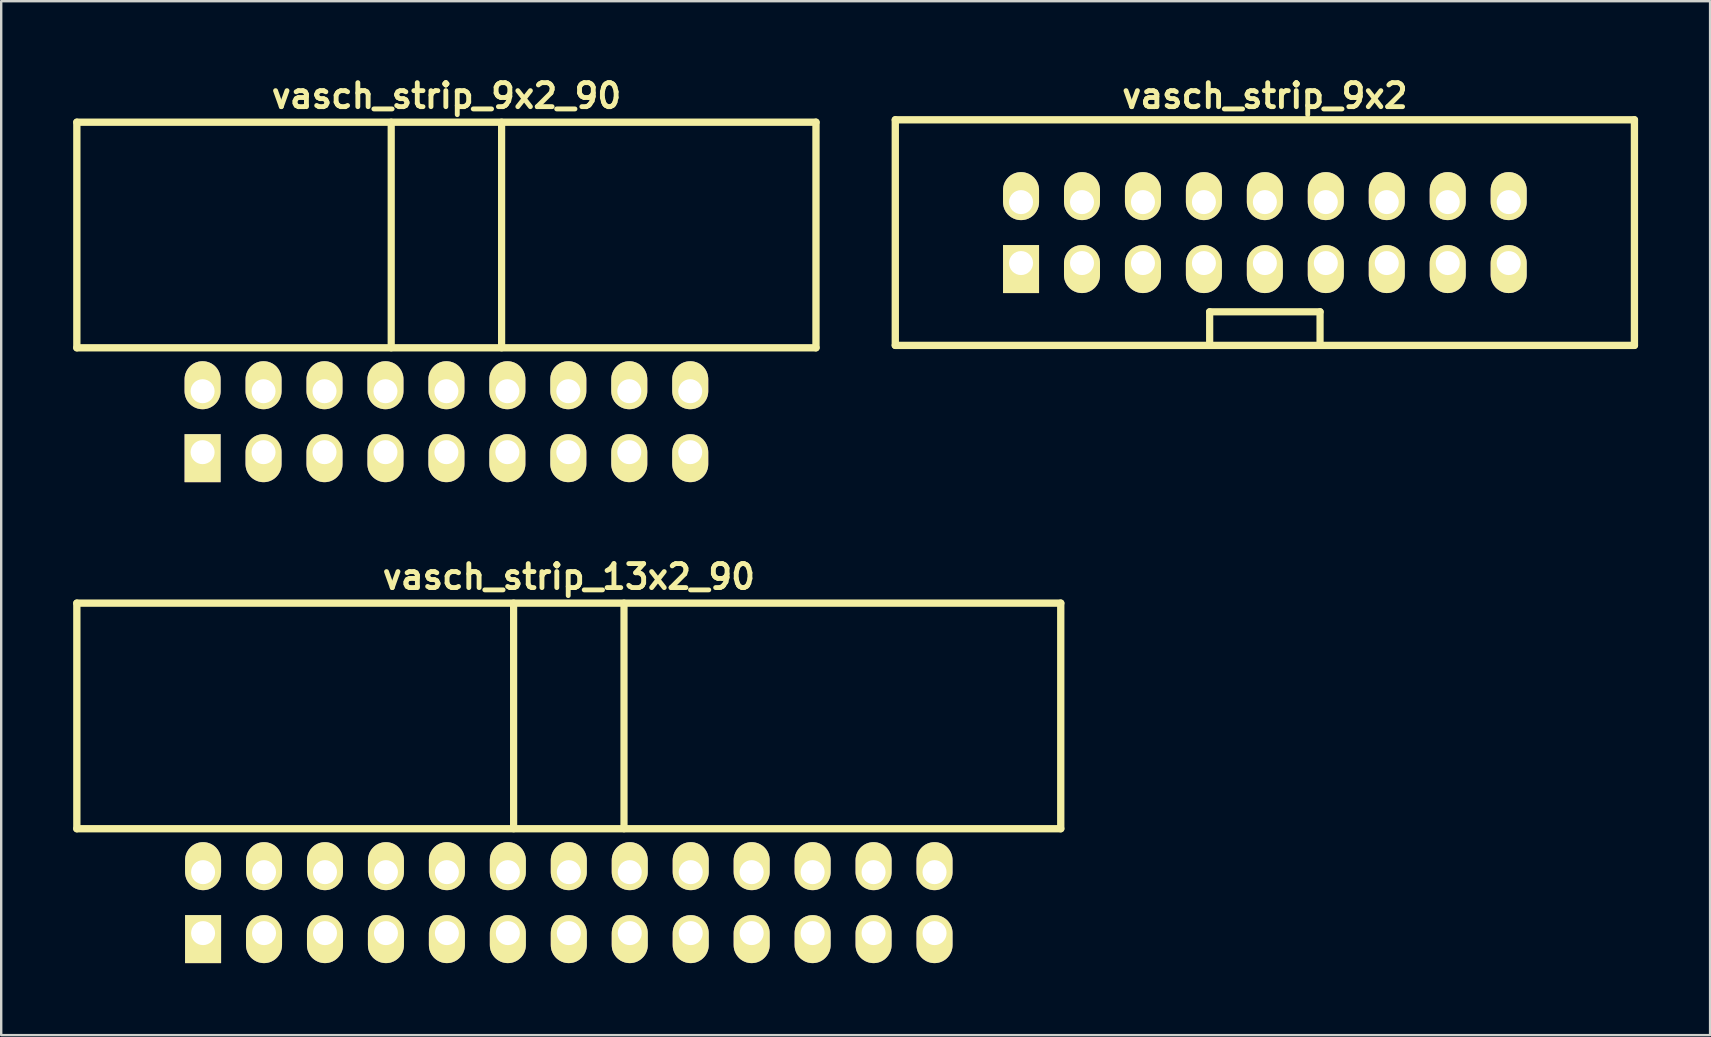
<source format=kicad_pcb>
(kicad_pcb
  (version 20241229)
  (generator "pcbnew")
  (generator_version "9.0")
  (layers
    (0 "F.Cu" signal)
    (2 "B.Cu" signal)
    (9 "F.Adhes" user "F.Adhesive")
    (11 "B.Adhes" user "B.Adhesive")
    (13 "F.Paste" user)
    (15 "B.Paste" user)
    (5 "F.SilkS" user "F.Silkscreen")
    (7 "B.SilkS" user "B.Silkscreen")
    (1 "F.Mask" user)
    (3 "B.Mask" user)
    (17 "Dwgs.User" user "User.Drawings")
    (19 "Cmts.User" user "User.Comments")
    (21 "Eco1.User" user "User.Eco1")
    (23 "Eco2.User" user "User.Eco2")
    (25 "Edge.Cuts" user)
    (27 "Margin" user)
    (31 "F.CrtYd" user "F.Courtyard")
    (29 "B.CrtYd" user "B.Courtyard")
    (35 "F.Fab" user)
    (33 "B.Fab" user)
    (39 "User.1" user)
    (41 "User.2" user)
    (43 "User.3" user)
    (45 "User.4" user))
  (footprint "vasch_strip_9x2"
    (layer "F.Cu")
    (at 49.657 6.642)
    (property "Reference" "vasch_strip_9x2" (at 0 -5.7 0) (layer "F.SilkS") (effects (font (size 1 1) (thickness 0.203))))
    (attr through_hole)
    (fp_line (start -15.4 -4.7) (end -15.4 4.7) (stroke (width 0.305) (type solid)) (layer "F.SilkS"))
    (fp_line (start -15.4 4.7) (end 15.4 4.7) (stroke (width 0.305) (type solid)) (layer "F.SilkS"))
    (fp_line (start -2.3 3.3) (end -2.3 4.7) (stroke (width 0.3) (type solid)) (layer "F.SilkS"))
    (fp_line (start 2.3 3.3) (end -2.3 3.3) (stroke (width 0.3) (type solid)) (layer "F.SilkS"))
    (fp_line (start 2.3 4.7) (end 2.3 3.3) (stroke (width 0.3) (type solid)) (layer "F.SilkS"))
    (fp_line (start 15.4 -4.7) (end -15.4 -4.7) (stroke (width 0.305) (type solid)) (layer "F.SilkS"))
    (fp_line (start 15.4 -4.7) (end 15.4 4.7) (stroke (width 0.305) (type solid)) (layer "F.SilkS"))
    (pad "1" thru_hole rect (at -10.16 1.27) (size 1.5 2) (drill 1 (offset 0 0.25)) (layers "*.Cu" "*.Mask" "F.SilkS"))
    (pad "2" thru_hole oval (at -10.16 -1.27) (size 1.5 2) (drill 1 (offset 0 -0.25)) (layers "*.Cu" "*.Mask" "F.SilkS"))
    (pad "3" thru_hole oval (at -7.62 1.27) (size 1.5 2) (drill 1 (offset 0 0.25)) (layers "*.Cu" "*.Mask" "F.SilkS"))
    (pad "4" thru_hole oval (at -7.62 -1.27) (size 1.5 2) (drill 1 (offset 0 -0.25)) (layers "*.Cu" "*.Mask" "F.SilkS"))
    (pad "5" thru_hole oval (at -5.08 1.27) (size 1.5 2) (drill 1 (offset 0 0.25)) (layers "*.Cu" "*.Mask" "F.SilkS"))
    (pad "6" thru_hole oval (at -5.08 -1.27) (size 1.5 2) (drill 1 (offset 0 -0.25)) (layers "*.Cu" "*.Mask" "F.SilkS"))
    (pad "7" thru_hole oval (at -2.54 1.27) (size 1.5 2) (drill 1 (offset 0 0.25)) (layers "*.Cu" "*.Mask" "F.SilkS"))
    (pad "8" thru_hole oval (at -2.54 -1.27) (size 1.5 2) (drill 1 (offset 0 -0.25)) (layers "*.Cu" "*.Mask" "F.SilkS"))
    (pad "9" thru_hole oval (at 0 1.27) (size 1.5 2) (drill 1 (offset 0 0.25)) (layers "*.Cu" "*.Mask" "F.SilkS"))
    (pad "10" thru_hole oval (at 0 -1.27) (size 1.5 2) (drill 1 (offset 0 -0.25)) (layers "*.Cu" "*.Mask" "F.SilkS"))
    (pad "11" thru_hole oval (at 2.54 1.27) (size 1.5 2) (drill 1 (offset 0 0.25)) (layers "*.Cu" "*.Mask" "F.SilkS"))
    (pad "12" thru_hole oval (at 2.54 -1.27) (size 1.5 2) (drill 1 (offset 0 -0.25)) (layers "*.Cu" "*.Mask" "F.SilkS"))
    (pad "13" thru_hole oval (at 5.08 1.27) (size 1.5 2) (drill 1 (offset 0 0.25)) (layers "*.Cu" "*.Mask" "F.SilkS"))
    (pad "14" thru_hole oval (at 5.08 -1.27) (size 1.5 2) (drill 1 (offset 0 -0.25)) (layers "*.Cu" "*.Mask" "F.SilkS"))
    (pad "15" thru_hole oval (at 7.62 1.27) (size 1.5 2) (drill 1 (offset 0 0.25)) (layers "*.Cu" "*.Mask" "F.SilkS"))
    (pad "16" thru_hole oval (at 7.62 -1.27) (size 1.5 2) (drill 1 (offset 0 -0.25)) (layers "*.Cu" "*.Mask" "F.SilkS"))
    (pad "17" thru_hole oval (at 10.16 1.27) (size 1.5 2) (drill 1 (offset 0 0.25)) (layers "*.Cu" "*.Mask" "F.SilkS"))
    (pad "18" thru_hole oval (at 10.16 -1.27) (size 1.5 2) (drill 1 (offset 0 -0.25)) (layers "*.Cu" "*.Mask" "F.SilkS")))
  (footprint "vasch_strip_9x2_90"
    (layer "F.Cu")
    (at 15.552 9.442)
    (property "Reference" "vasch_strip_9x2_90" (at 0 -8.5 0) (layer "F.SilkS") (effects (font (size 1 1) (thickness 0.203))))
    (attr through_hole)
    (fp_line (start -15.4 -7.4) (end -15.4 2) (stroke (width 0.305) (type solid)) (layer "F.SilkS"))
    (fp_line (start -15.4 2) (end 15.4 2) (stroke (width 0.305) (type solid)) (layer "F.SilkS"))
    (fp_line (start -2.3 -7.4) (end -2.3 2) (stroke (width 0.3) (type solid)) (layer "F.SilkS"))
    (fp_line (start 2.3 -7.4) (end 2.3 2) (stroke (width 0.3) (type solid)) (layer "F.SilkS"))
    (fp_line (start 15.4 -7.4) (end -15.4 -7.4) (stroke (width 0.305) (type solid)) (layer "F.SilkS"))
    (fp_line (start 15.4 -7.4) (end 15.4 2) (stroke (width 0.305) (type solid)) (layer "F.SilkS"))
    (pad "1" thru_hole rect (at -10.16 6.35) (size 1.5 2) (drill 1 (offset 0 0.25)) (layers "*.Cu" "*.Mask" "F.SilkS"))
    (pad "2" thru_hole oval (at -10.16 3.81) (size 1.5 2) (drill 1 (offset 0 -0.25)) (layers "*.Cu" "*.Mask" "F.SilkS"))
    (pad "3" thru_hole oval (at -7.62 6.35) (size 1.5 2) (drill 1 (offset 0 0.25)) (layers "*.Cu" "*.Mask" "F.SilkS"))
    (pad "4" thru_hole oval (at -7.62 3.81) (size 1.5 2) (drill 1 (offset 0 -0.25)) (layers "*.Cu" "*.Mask" "F.SilkS"))
    (pad "5" thru_hole oval (at -5.08 6.35) (size 1.5 2) (drill 1 (offset 0 0.25)) (layers "*.Cu" "*.Mask" "F.SilkS"))
    (pad "6" thru_hole oval (at -5.08 3.81) (size 1.5 2) (drill 1 (offset 0 -0.25)) (layers "*.Cu" "*.Mask" "F.SilkS"))
    (pad "7" thru_hole oval (at -2.54 6.35) (size 1.5 2) (drill 1 (offset 0 0.25)) (layers "*.Cu" "*.Mask" "F.SilkS"))
    (pad "8" thru_hole oval (at -2.54 3.81) (size 1.5 2) (drill 1 (offset 0 -0.25)) (layers "*.Cu" "*.Mask" "F.SilkS"))
    (pad "9" thru_hole oval (at 0 6.35) (size 1.5 2) (drill 1 (offset 0 0.25)) (layers "*.Cu" "*.Mask" "F.SilkS"))
    (pad "10" thru_hole oval (at 0 3.81) (size 1.5 2) (drill 1 (offset 0 -0.25)) (layers "*.Cu" "*.Mask" "F.SilkS"))
    (pad "11" thru_hole oval (at 2.54 6.35) (size 1.5 2) (drill 1 (offset 0 0.25)) (layers "*.Cu" "*.Mask" "F.SilkS"))
    (pad "12" thru_hole oval (at 2.54 3.81) (size 1.5 2) (drill 1 (offset 0 -0.25)) (layers "*.Cu" "*.Mask" "F.SilkS"))
    (pad "13" thru_hole oval (at 5.08 6.35) (size 1.5 2) (drill 1 (offset 0 0.25)) (layers "*.Cu" "*.Mask" "F.SilkS"))
    (pad "14" thru_hole oval (at 5.08 3.81) (size 1.5 2) (drill 1 (offset 0 -0.25)) (layers "*.Cu" "*.Mask" "F.SilkS"))
    (pad "15" thru_hole oval (at 7.62 6.35) (size 1.5 2) (drill 1 (offset 0 0.25)) (layers "*.Cu" "*.Mask" "F.SilkS"))
    (pad "16" thru_hole oval (at 7.62 3.81) (size 1.5 2) (drill 1 (offset 0 -0.25)) (layers "*.Cu" "*.Mask" "F.SilkS"))
    (pad "17" thru_hole oval (at 10.16 6.35) (size 1.5 2) (drill 1 (offset 0 0.25)) (layers "*.Cu" "*.Mask" "F.SilkS"))
    (pad "18" thru_hole oval (at 10.16 3.81) (size 1.5 2) (drill 1 (offset 0 -0.25)) (layers "*.Cu" "*.Mask" "F.SilkS")))
  (footprint "vasch_strip_13x2_90"
    (layer "F.Cu")
    (at 20.652 29.483)
    (property "Reference" "vasch_strip_13x2_90" (at 0 -8.5 0) (layer "F.SilkS") (effects (font (size 1 1) (thickness 0.203))))
    (attr through_hole)
    (fp_line (start -20.5 -7.4) (end -20.5 2) (stroke (width 0.305) (type solid)) (layer "F.SilkS"))
    (fp_line (start -20.5 2) (end 20.5 2) (stroke (width 0.305) (type solid)) (layer "F.SilkS"))
    (fp_line (start -2.3 -7.4) (end -2.3 2) (stroke (width 0.3) (type solid)) (layer "F.SilkS"))
    (fp_line (start 2.3 -7.4) (end 2.3 2) (stroke (width 0.3) (type solid)) (layer "F.SilkS"))
    (fp_line (start 20.5 -7.4) (end -20.5 -7.4) (stroke (width 0.305) (type solid)) (layer "F.SilkS"))
    (fp_line (start 20.5 -7.4) (end 20.5 2) (stroke (width 0.305) (type solid)) (layer "F.SilkS"))
    (pad "1" thru_hole rect (at -15.24 6.35) (size 1.5 2) (drill 1 (offset 0 0.25)) (layers "*.Cu" "*.Mask" "F.SilkS"))
    (pad "2" thru_hole oval (at -15.24 3.81) (size 1.5 2) (drill 1 (offset 0 -0.25)) (layers "*.Cu" "*.Mask" "F.SilkS"))
    (pad "3" thru_hole oval (at -12.7 6.35) (size 1.5 2) (drill 1 (offset 0 0.25)) (layers "*.Cu" "*.Mask" "F.SilkS"))
    (pad "4" thru_hole oval (at -12.7 3.81) (size 1.5 2) (drill 1 (offset 0 -0.25)) (layers "*.Cu" "*.Mask" "F.SilkS"))
    (pad "5" thru_hole oval (at -10.16 6.35) (size 1.5 2) (drill 1 (offset 0 0.25)) (layers "*.Cu" "*.Mask" "F.SilkS"))
    (pad "6" thru_hole oval (at -10.16 3.81) (size 1.5 2) (drill 1 (offset 0 -0.25)) (layers "*.Cu" "*.Mask" "F.SilkS"))
    (pad "7" thru_hole oval (at -7.62 6.35) (size 1.5 2) (drill 1 (offset 0 0.25)) (layers "*.Cu" "*.Mask" "F.SilkS"))
    (pad "8" thru_hole oval (at -7.62 3.81) (size 1.5 2) (drill 1 (offset 0 -0.25)) (layers "*.Cu" "*.Mask" "F.SilkS"))
    (pad "9" thru_hole oval (at -5.08 6.35) (size 1.5 2) (drill 1 (offset 0 0.25)) (layers "*.Cu" "*.Mask" "F.SilkS"))
    (pad "10" thru_hole oval (at -5.08 3.81) (size 1.5 2) (drill 1 (offset 0 -0.25)) (layers "*.Cu" "*.Mask" "F.SilkS"))
    (pad "11" thru_hole oval (at -2.54 6.35) (size 1.5 2) (drill 1 (offset 0 0.25)) (layers "*.Cu" "*.Mask" "F.SilkS"))
    (pad "12" thru_hole oval (at -2.54 3.81) (size 1.5 2) (drill 1 (offset 0 -0.25)) (layers "*.Cu" "*.Mask" "F.SilkS"))
    (pad "13" thru_hole oval (at 0 6.35) (size 1.5 2) (drill 1 (offset 0 0.25)) (layers "*.Cu" "*.Mask" "F.SilkS"))
    (pad "14" thru_hole oval (at 0 3.81) (size 1.5 2) (drill 1 (offset 0 -0.25)) (layers "*.Cu" "*.Mask" "F.SilkS"))
    (pad "15" thru_hole oval (at 2.54 6.35) (size 1.5 2) (drill 1 (offset 0 0.25)) (layers "*.Cu" "*.Mask" "F.SilkS"))
    (pad "16" thru_hole oval (at 2.54 3.81) (size 1.5 2) (drill 1 (offset 0 -0.25)) (layers "*.Cu" "*.Mask" "F.SilkS"))
    (pad "17" thru_hole oval (at 5.08 6.35) (size 1.5 2) (drill 1 (offset 0 0.25)) (layers "*.Cu" "*.Mask" "F.SilkS"))
    (pad "18" thru_hole oval (at 5.08 3.81) (size 1.5 2) (drill 1 (offset 0 -0.25)) (layers "*.Cu" "*.Mask" "F.SilkS"))
    (pad "19" thru_hole oval (at 7.62 6.35) (size 1.5 2) (drill 1 (offset 0 0.25)) (layers "*.Cu" "*.Mask" "F.SilkS"))
    (pad "20" thru_hole oval (at 7.62 3.81) (size 1.5 2) (drill 1 (offset 0 -0.25)) (layers "*.Cu" "*.Mask" "F.SilkS"))
    (pad "21" thru_hole oval (at 10.16 6.35) (size 1.5 2) (drill 1 (offset 0 0.25)) (layers "*.Cu" "*.Mask" "F.SilkS"))
    (pad "22" thru_hole oval (at 10.16 3.81) (size 1.5 2) (drill 1 (offset 0 -0.25)) (layers "*.Cu" "*.Mask" "F.SilkS"))
    (pad "23" thru_hole oval (at 12.7 6.35) (size 1.5 2) (drill 1 (offset 0 0.25)) (layers "*.Cu" "*.Mask" "F.SilkS"))
    (pad "24" thru_hole oval (at 12.7 3.81) (size 1.5 2) (drill 1 (offset 0 -0.25)) (layers "*.Cu" "*.Mask" "F.SilkS"))
    (pad "25" thru_hole oval (at 15.24 6.35) (size 1.5 2) (drill 1 (offset 0 0.25)) (layers "*.Cu" "*.Mask" "F.SilkS"))
    (pad "26" thru_hole oval (at 15.24 3.81) (size 1.5 2) (drill 1 (offset 0 -0.25)) (layers "*.Cu" "*.Mask" "F.SilkS")))
  (gr_rect
    (start -3 -3)
    (end 68.21 40.083)
    (stroke (width 0.1) (type default))
    (fill no)
    (layer "Edge.Cuts")))
</source>
